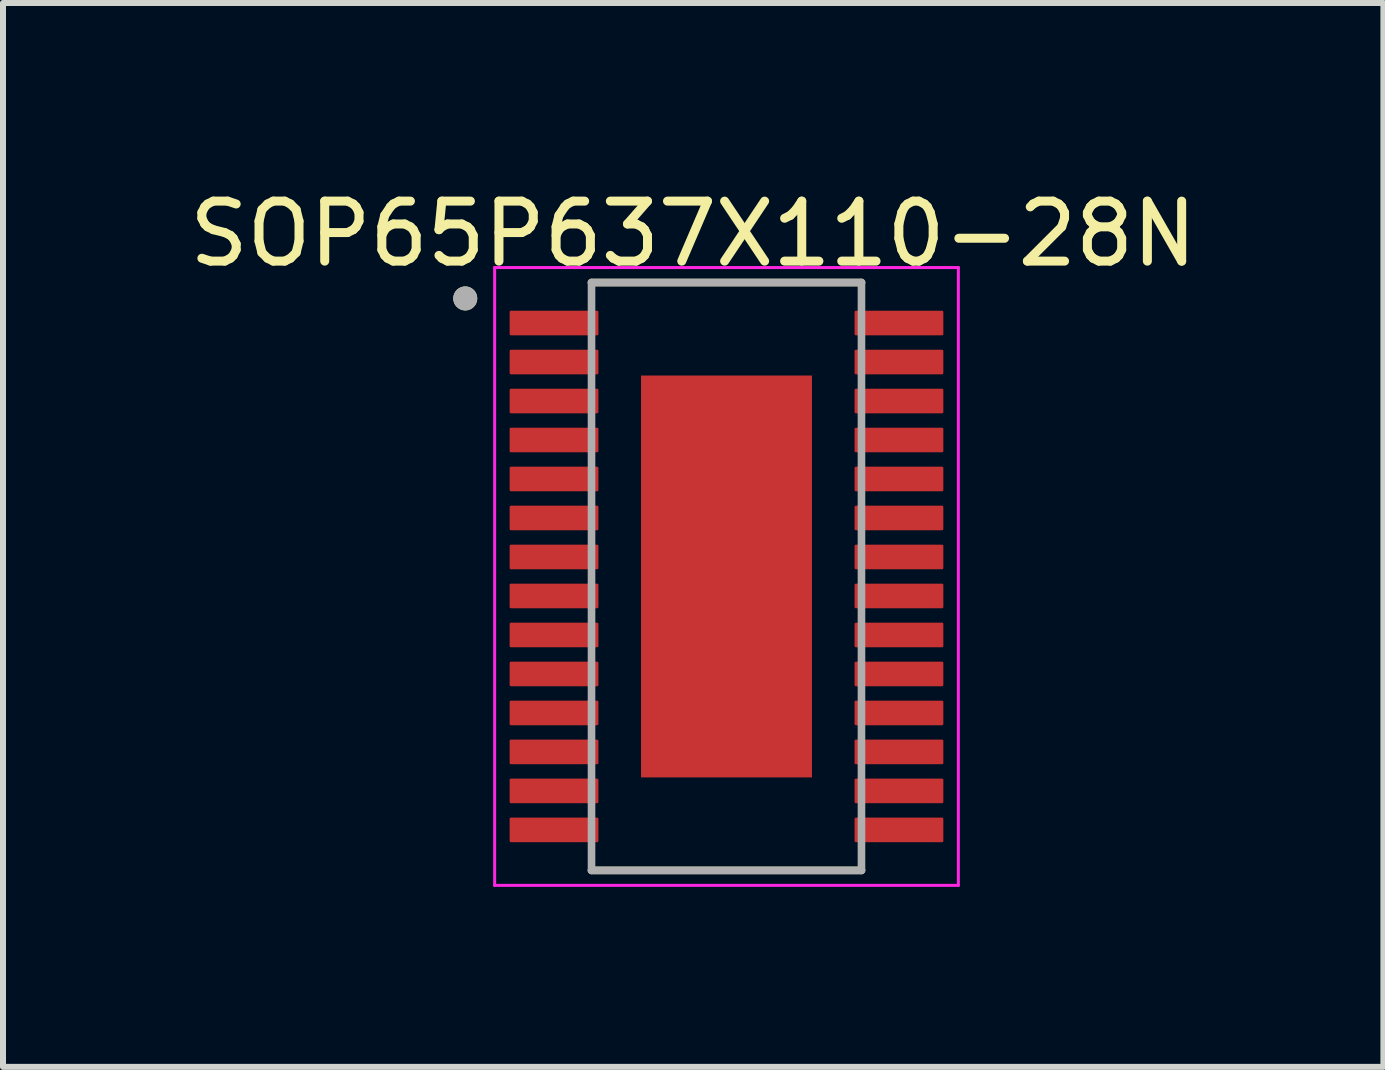
<source format=kicad_pcb>
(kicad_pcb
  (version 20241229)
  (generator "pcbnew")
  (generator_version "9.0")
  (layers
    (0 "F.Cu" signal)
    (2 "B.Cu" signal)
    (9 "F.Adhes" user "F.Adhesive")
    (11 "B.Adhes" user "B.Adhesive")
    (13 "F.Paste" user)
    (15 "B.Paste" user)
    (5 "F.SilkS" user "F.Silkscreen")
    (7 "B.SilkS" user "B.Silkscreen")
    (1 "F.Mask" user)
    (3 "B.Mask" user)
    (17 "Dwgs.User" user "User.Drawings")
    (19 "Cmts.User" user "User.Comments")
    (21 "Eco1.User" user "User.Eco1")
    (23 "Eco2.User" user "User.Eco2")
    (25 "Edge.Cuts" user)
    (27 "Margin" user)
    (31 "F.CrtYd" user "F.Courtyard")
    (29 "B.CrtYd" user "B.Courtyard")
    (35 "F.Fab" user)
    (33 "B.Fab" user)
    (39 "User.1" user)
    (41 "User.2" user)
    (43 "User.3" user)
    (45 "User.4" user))
  (footprint "SOP65P637X110-28N"
    (layer "F.Cu")
    (at 9.061 6.56)
    (property "Reference" "SOP65P637X110-28N" (at -0.555 -5.712 0) (layer "F.SilkS") (effects (font (size 1 1) (thickness 0.15))))
    (attr smd)
    (fp_line (start -2.25 -4.9) (end 2.25 -4.9) (stroke (width 0.127) (type solid)) (layer "F.SilkS"))
    (fp_line (start -2.25 4.9) (end 2.25 4.9) (stroke (width 0.127) (type solid)) (layer "F.SilkS"))
    (fp_circle (center -4.355 -4.635) (end -4.255 -4.635) (stroke (width 0.2) (type solid)) (fill no) (layer "F.SilkS"))
    (fp_poly (pts (xy -0.713 -1.675) (xy 0.713 -1.675) (xy 0.713 1.675) (xy -0.713 1.675)) (stroke (width 0.01) (type solid)) (fill yes) (layer "F.Paste"))
    (fp_line (start -3.865 -5.15) (end -3.865 5.15) (stroke (width 0.05) (type solid)) (layer "F.CrtYd"))
    (fp_line (start -3.865 -5.15) (end 3.865 -5.15) (stroke (width 0.05) (type solid)) (layer "F.CrtYd"))
    (fp_line (start -3.865 5.15) (end 3.865 5.15) (stroke (width 0.05) (type solid)) (layer "F.CrtYd"))
    (fp_line (start 3.865 -5.15) (end 3.865 5.15) (stroke (width 0.05) (type solid)) (layer "F.CrtYd"))
    (fp_line (start -2.25 -4.9) (end -2.25 4.9) (stroke (width 0.127) (type solid)) (layer "F.Fab"))
    (fp_line (start -2.25 -4.9) (end 2.25 -4.9) (stroke (width 0.127) (type solid)) (layer "F.Fab"))
    (fp_line (start -2.25 4.9) (end 2.25 4.9) (stroke (width 0.127) (type solid)) (layer "F.Fab"))
    (fp_line (start 2.25 -4.9) (end 2.25 4.9) (stroke (width 0.127) (type solid)) (layer "F.Fab"))
    (fp_circle (center -4.355 -4.635) (end -4.255 -4.635) (stroke (width 0.2) (type solid)) (fill no) (layer "F.Fab"))
    (pad "1" smd roundrect (at -2.875 -4.225) (size 1.48 0.41) (layers "F.Cu" "F.Mask" "F.Paste") (roundrect_rratio 0.05))
    (pad "2" smd roundrect (at -2.875 -3.575) (size 1.48 0.41) (layers "F.Cu" "F.Mask" "F.Paste") (roundrect_rratio 0.05))
    (pad "3" smd roundrect (at -2.875 -2.925) (size 1.48 0.41) (layers "F.Cu" "F.Mask" "F.Paste") (roundrect_rratio 0.05))
    (pad "4" smd roundrect (at -2.875 -2.275) (size 1.48 0.41) (layers "F.Cu" "F.Mask" "F.Paste") (roundrect_rratio 0.05))
    (pad "5" smd roundrect (at -2.875 -1.625) (size 1.48 0.41) (layers "F.Cu" "F.Mask" "F.Paste") (roundrect_rratio 0.05))
    (pad "6" smd roundrect (at -2.875 -0.975) (size 1.48 0.41) (layers "F.Cu" "F.Mask" "F.Paste") (roundrect_rratio 0.05))
    (pad "7" smd roundrect (at -2.875 -0.325) (size 1.48 0.41) (layers "F.Cu" "F.Mask" "F.Paste") (roundrect_rratio 0.05))
    (pad "8" smd roundrect (at -2.875 0.325) (size 1.48 0.41) (layers "F.Cu" "F.Mask" "F.Paste") (roundrect_rratio 0.05))
    (pad "9" smd roundrect (at -2.875 0.975) (size 1.48 0.41) (layers "F.Cu" "F.Mask" "F.Paste") (roundrect_rratio 0.05))
    (pad "10" smd roundrect (at -2.875 1.625) (size 1.48 0.41) (layers "F.Cu" "F.Mask" "F.Paste") (roundrect_rratio 0.05))
    (pad "11" smd roundrect (at -2.875 2.275) (size 1.48 0.41) (layers "F.Cu" "F.Mask" "F.Paste") (roundrect_rratio 0.05))
    (pad "12" smd roundrect (at -2.875 2.925) (size 1.48 0.41) (layers "F.Cu" "F.Mask" "F.Paste") (roundrect_rratio 0.05))
    (pad "13" smd roundrect (at -2.875 3.575) (size 1.48 0.41) (layers "F.Cu" "F.Mask" "F.Paste") (roundrect_rratio 0.05))
    (pad "14" smd roundrect (at -2.875 4.225) (size 1.48 0.41) (layers "F.Cu" "F.Mask" "F.Paste") (roundrect_rratio 0.05))
    (pad "15" smd roundrect (at 2.875 4.225) (size 1.48 0.41) (layers "F.Cu" "F.Mask" "F.Paste") (roundrect_rratio 0.05))
    (pad "16" smd roundrect (at 2.875 3.575) (size 1.48 0.41) (layers "F.Cu" "F.Mask" "F.Paste") (roundrect_rratio 0.05))
    (pad "17" smd roundrect (at 2.875 2.925) (size 1.48 0.41) (layers "F.Cu" "F.Mask" "F.Paste") (roundrect_rratio 0.05))
    (pad "18" smd roundrect (at 2.875 2.275) (size 1.48 0.41) (layers "F.Cu" "F.Mask" "F.Paste") (roundrect_rratio 0.05))
    (pad "19" smd roundrect (at 2.875 1.625) (size 1.48 0.41) (layers "F.Cu" "F.Mask" "F.Paste") (roundrect_rratio 0.05))
    (pad "20" smd roundrect (at 2.875 0.975) (size 1.48 0.41) (layers "F.Cu" "F.Mask" "F.Paste") (roundrect_rratio 0.05))
    (pad "21" smd roundrect (at 2.875 0.325) (size 1.48 0.41) (layers "F.Cu" "F.Mask" "F.Paste") (roundrect_rratio 0.05))
    (pad "22" smd roundrect (at 2.875 -0.325) (size 1.48 0.41) (layers "F.Cu" "F.Mask" "F.Paste") (roundrect_rratio 0.05))
    (pad "23" smd roundrect (at 2.875 -0.975) (size 1.48 0.41) (layers "F.Cu" "F.Mask" "F.Paste") (roundrect_rratio 0.05))
    (pad "24" smd roundrect (at 2.875 -1.625) (size 1.48 0.41) (layers "F.Cu" "F.Mask" "F.Paste") (roundrect_rratio 0.05))
    (pad "25" smd roundrect (at 2.875 -2.275) (size 1.48 0.41) (layers "F.Cu" "F.Mask" "F.Paste") (roundrect_rratio 0.05))
    (pad "26" smd roundrect (at 2.875 -2.925) (size 1.48 0.41) (layers "F.Cu" "F.Mask" "F.Paste") (roundrect_rratio 0.05))
    (pad "27" smd roundrect (at 2.875 -3.575) (size 1.48 0.41) (layers "F.Cu" "F.Mask" "F.Paste") (roundrect_rratio 0.05))
    (pad "28" smd roundrect (at 2.875 -4.225) (size 1.48 0.41) (layers "F.Cu" "F.Mask" "F.Paste") (roundrect_rratio 0.05))
    (pad "29" smd rect (at 0 0) (size 2.85 6.7) (layers "F.Cu" "F.Mask")))
  (gr_rect
    (start -3 -3)
    (end 20.012 14.735)
    (stroke (width 0.1) (type default))
    (fill no)
    (layer "Edge.Cuts")))
</source>
